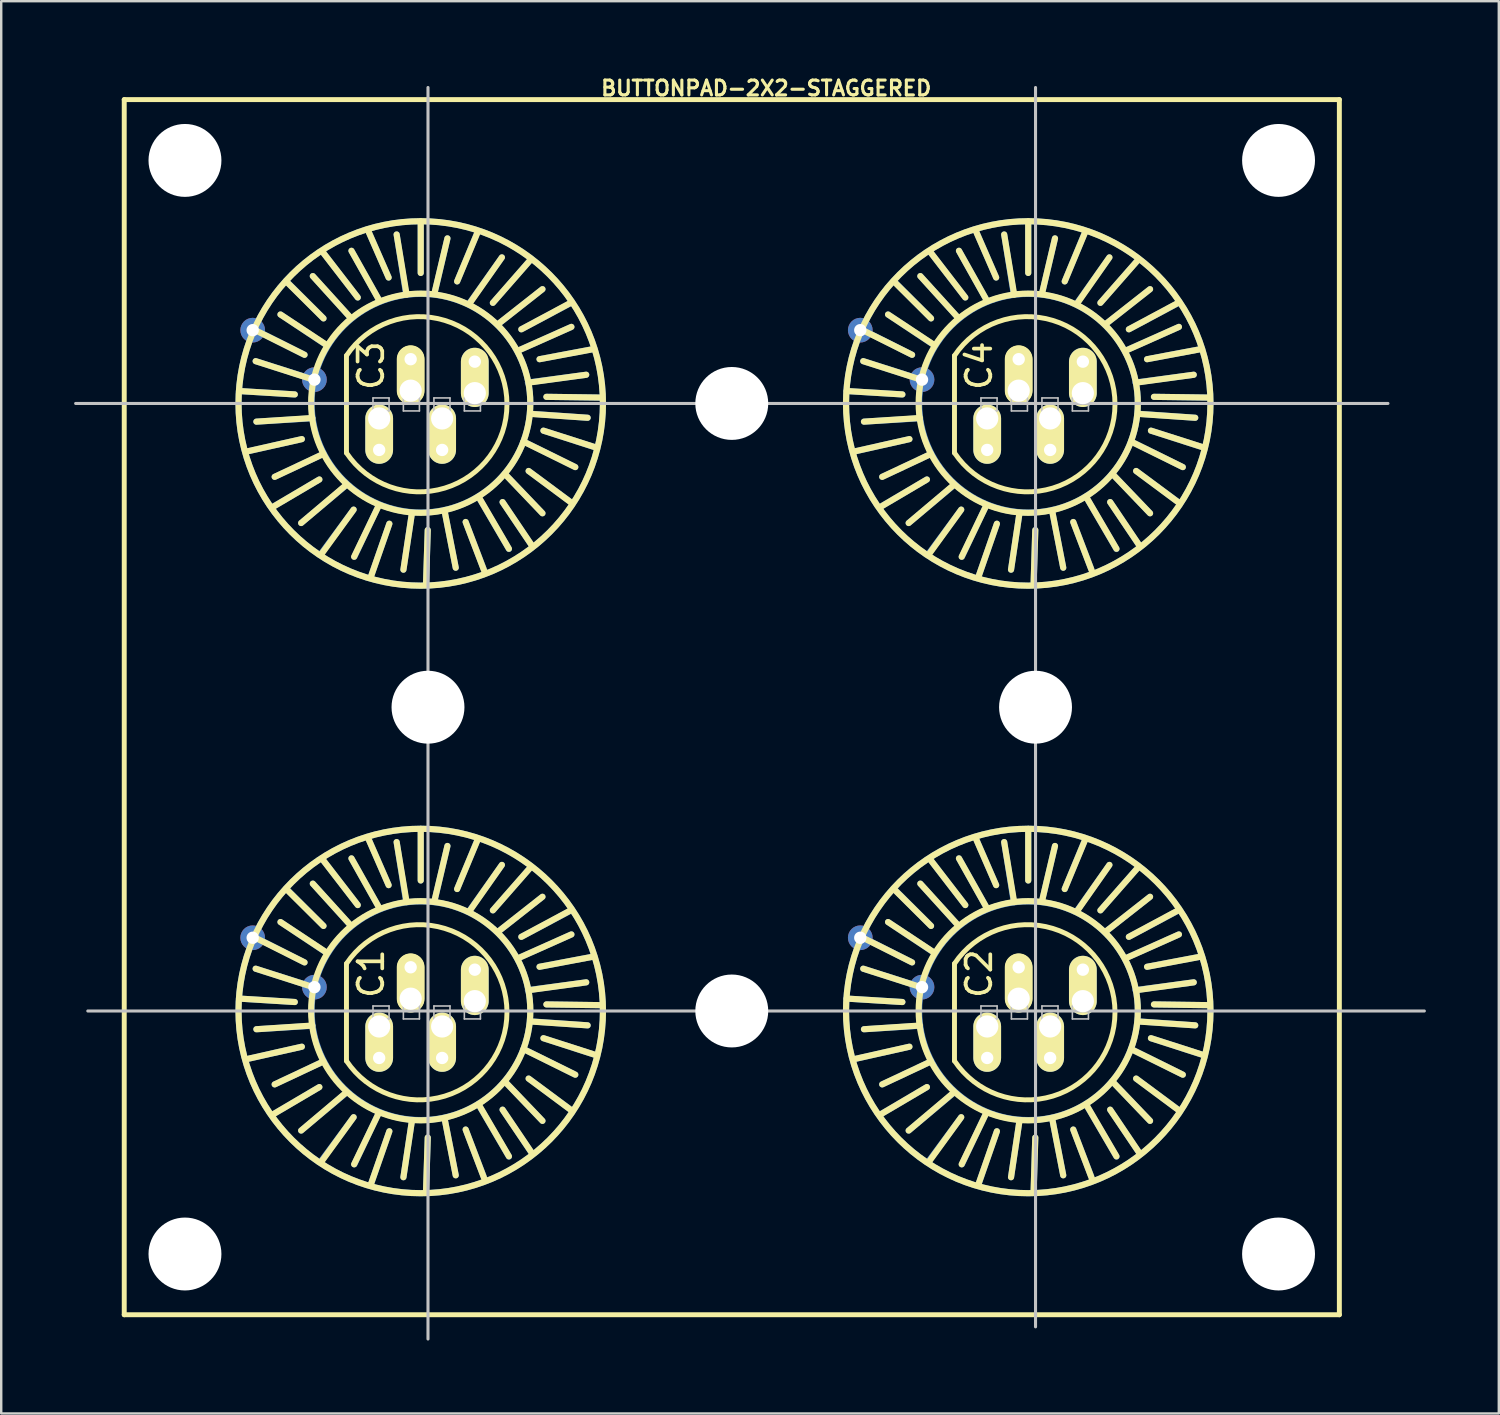
<source format=kicad_pcb>
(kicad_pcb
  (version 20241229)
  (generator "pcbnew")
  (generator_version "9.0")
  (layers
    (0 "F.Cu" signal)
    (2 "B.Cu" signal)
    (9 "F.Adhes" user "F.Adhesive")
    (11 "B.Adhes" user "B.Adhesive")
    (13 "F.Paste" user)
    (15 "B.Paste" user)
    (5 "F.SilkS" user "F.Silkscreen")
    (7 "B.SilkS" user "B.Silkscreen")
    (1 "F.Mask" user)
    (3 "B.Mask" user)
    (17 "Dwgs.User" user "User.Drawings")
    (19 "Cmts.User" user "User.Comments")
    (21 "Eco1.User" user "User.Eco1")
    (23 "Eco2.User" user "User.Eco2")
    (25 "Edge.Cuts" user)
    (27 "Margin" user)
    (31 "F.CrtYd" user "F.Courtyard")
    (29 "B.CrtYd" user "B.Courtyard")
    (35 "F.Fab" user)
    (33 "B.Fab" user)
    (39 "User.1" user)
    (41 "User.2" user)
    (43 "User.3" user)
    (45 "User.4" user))
  (footprint "BUTTONPAD-2X2-STAGGERED"
    (layer "F.Cu")
    (at 2.062 51.049)
    (property "Reference" "BUTTONPAD-2X2-STAGGERED" (at 26.416 -50.47 0) (layer "F.SilkS") (effects (font (size 0.61 0.61) (thickness 0.127))))
    (attr exclude_from_pos_files exclude_from_bom)
    (fp_line (start 4.719 -38.009) (end 7.018 -37.869) (stroke (width 0.254) (type solid)) (layer "B.Cu"))
    (fp_line (start 4.719 -13.01) (end 7.018 -12.868) (stroke (width 0.254) (type solid)) (layer "B.Cu"))
    (fp_line (start 5.039 -35.519) (end 7.308 -36.03) (stroke (width 0.254) (type solid)) (layer "B.Cu"))
    (fp_line (start 5.039 -10.518) (end 7.308 -11.029) (stroke (width 0.254) (type solid)) (layer "B.Cu"))
    (fp_line (start 5.359 -40.538) (end 7.419 -39.5) (stroke (width 0.254) (type solid)) (layer "B.Cu"))
    (fp_line (start 5.359 -15.54) (end 7.419 -14.498) (stroke (width 0.254) (type solid)) (layer "B.Cu"))
    (fp_line (start 6.129 -33.249) (end 8.029 -34.369) (stroke (width 0.254) (type solid)) (layer "B.Cu"))
    (fp_line (start 6.129 -8.25) (end 8.029 -9.368) (stroke (width 0.254) (type solid)) (layer "B.Cu"))
    (fp_line (start 6.698 -42.499) (end 8.199 -40.998) (stroke (width 0.254) (type solid)) (layer "B.Cu"))
    (fp_line (start 6.698 -17.498) (end 8.199 -15.999) (stroke (width 0.254) (type solid)) (layer "B.Cu"))
    (fp_line (start 7.739 -38.499) (end 5.408 -39.238) (stroke (width 0.254) (type solid)) (layer "B.Cu"))
    (fp_line (start 7.739 -36.888) (end 5.438 -36.749) (stroke (width 0.254) (type solid)) (layer "B.Cu"))
    (fp_line (start 7.739 -13.498) (end 5.408 -14.239) (stroke (width 0.254) (type solid)) (layer "B.Cu"))
    (fp_line (start 7.739 -11.89) (end 5.438 -11.748) (stroke (width 0.254) (type solid)) (layer "B.Cu"))
    (fp_line (start 8.108 -31.328) (end 9.439 -33.129) (stroke (width 0.254) (type solid)) (layer "B.Cu"))
    (fp_line (start 8.108 -6.33) (end 9.439 -8.128) (stroke (width 0.254) (type solid)) (layer "B.Cu"))
    (fp_line (start 8.189 -43.698) (end 9.609 -41.859) (stroke (width 0.254) (type solid)) (layer "B.Cu"))
    (fp_line (start 8.189 -35.418) (end 6.19 -34.478) (stroke (width 0.254) (type solid)) (layer "B.Cu"))
    (fp_line (start 8.189 -18.699) (end 9.609 -16.858) (stroke (width 0.254) (type solid)) (layer "B.Cu"))
    (fp_line (start 8.189 -10.419) (end 6.19 -9.479) (stroke (width 0.254) (type solid)) (layer "B.Cu"))
    (fp_line (start 8.349 -39.878) (end 6.429 -41.158) (stroke (width 0.254) (type solid)) (layer "B.Cu"))
    (fp_line (start 8.349 -14.879) (end 6.429 -16.159) (stroke (width 0.254) (type solid)) (layer "B.Cu"))
    (fp_line (start 9.129 -34.13) (end 7.28 -32.578) (stroke (width 0.254) (type solid)) (layer "B.Cu"))
    (fp_line (start 9.129 -9.129) (end 7.28 -7.579) (stroke (width 0.254) (type solid)) (layer "B.Cu"))
    (fp_line (start 9.289 -41.049) (end 7.76 -42.738) (stroke (width 0.254) (type solid)) (layer "B.Cu"))
    (fp_line (start 9.289 -16.048) (end 7.76 -17.739) (stroke (width 0.254) (type solid)) (layer "B.Cu"))
    (fp_line (start 10.038 -44.607) (end 10.879 -42.68) (stroke (width 0.254) (type solid)) (layer "B.Cu"))
    (fp_line (start 10.038 -19.609) (end 10.879 -17.678) (stroke (width 0.254) (type solid)) (layer "B.Cu"))
    (fp_line (start 10.168 -30.419) (end 10.909 -32.548) (stroke (width 0.254) (type solid)) (layer "B.Cu"))
    (fp_line (start 10.168 -5.418) (end 10.909 -7.549) (stroke (width 0.254) (type solid)) (layer "B.Cu"))
    (fp_line (start 10.46 -41.798) (end 9.35 -43.779) (stroke (width 0.254) (type solid)) (layer "B.Cu"))
    (fp_line (start 10.46 -33.279) (end 9.469 -31.189) (stroke (width 0.254) (type solid)) (layer "B.Cu"))
    (fp_line (start 10.46 -16.8) (end 9.35 -18.778) (stroke (width 0.254) (type solid)) (layer "B.Cu"))
    (fp_line (start 10.46 -8.278) (end 9.469 -6.19) (stroke (width 0.254) (type solid)) (layer "B.Cu"))
    (fp_line (start 10.49 -35.585) (end 10.49 -36.881) (stroke (width 1.143) (type solid)) (layer "B.Cu"))
    (fp_line (start 10.49 -10.566) (end 10.49 -11.862) (stroke (width 1.143) (type solid)) (layer "B.Cu"))
    (fp_line (start 11.587 -42.067) (end 11.209 -44.45) (stroke (width 0.254) (type solid)) (layer "B.Cu"))
    (fp_line (start 11.587 -17.069) (end 11.209 -19.449) (stroke (width 0.254) (type solid)) (layer "B.Cu"))
    (fp_line (start 11.829 -32.929) (end 11.488 -30.658) (stroke (width 0.254) (type solid)) (layer "B.Cu"))
    (fp_line (start 11.829 -7.93) (end 11.488 -5.659) (stroke (width 0.254) (type solid)) (layer "B.Cu"))
    (fp_line (start 12.2 -44.958) (end 12.2 -42.868) (stroke (width 0.254) (type solid)) (layer "B.Cu"))
    (fp_line (start 12.2 -19.959) (end 12.2 -17.869) (stroke (width 0.254) (type solid)) (layer "B.Cu"))
    (fp_line (start 12.418 -30.058) (end 12.489 -32.288) (stroke (width 0.254) (type solid)) (layer "B.Cu"))
    (fp_line (start 12.418 -5.06) (end 12.489 -7.29) (stroke (width 0.254) (type solid)) (layer "B.Cu"))
    (fp_line (start 12.789 -42.118) (end 13.299 -44.29) (stroke (width 0.254) (type solid)) (layer "B.Cu"))
    (fp_line (start 12.789 -17.12) (end 13.299 -19.289) (stroke (width 0.254) (type solid)) (layer "B.Cu"))
    (fp_line (start 13.081 -35.585) (end 13.081 -36.881) (stroke (width 1.143) (type solid)) (layer "B.Cu"))
    (fp_line (start 13.081 -10.566) (end 13.081 -11.862) (stroke (width 1.143) (type solid)) (layer "B.Cu"))
    (fp_line (start 13.188 -33.038) (end 13.64 -30.739) (stroke (width 0.254) (type solid)) (layer "B.Cu"))
    (fp_line (start 13.188 -8.039) (end 13.64 -5.738) (stroke (width 0.254) (type solid)) (layer "B.Cu"))
    (fp_line (start 14.178 -41.59) (end 15.54 -43.508) (stroke (width 0.254) (type solid)) (layer "B.Cu"))
    (fp_line (start 14.178 -16.589) (end 15.54 -18.509) (stroke (width 0.254) (type solid)) (layer "B.Cu"))
    (fp_line (start 14.425 -37.922) (end 14.425 -39.218) (stroke (width 1.143) (type solid)) (layer "B.Cu"))
    (fp_line (start 14.425 -12.903) (end 14.425 -14.199) (stroke (width 1.143) (type solid)) (layer "B.Cu"))
    (fp_line (start 14.529 -44.529) (end 13.698 -42.52) (stroke (width 0.254) (type solid)) (layer "B.Cu"))
    (fp_line (start 14.529 -19.528) (end 13.698 -17.518) (stroke (width 0.254) (type solid)) (layer "B.Cu"))
    (fp_line (start 14.608 -33.599) (end 15.829 -31.509) (stroke (width 0.254) (type solid)) (layer "B.Cu"))
    (fp_line (start 14.608 -8.598) (end 15.829 -6.507) (stroke (width 0.254) (type solid)) (layer "B.Cu"))
    (fp_line (start 14.788 -30.688) (end 14.049 -32.619) (stroke (width 0.254) (type solid)) (layer "B.Cu"))
    (fp_line (start 14.788 -5.69) (end 14.049 -7.62) (stroke (width 0.254) (type solid)) (layer "B.Cu"))
    (fp_line (start 15.38 -40.759) (end 17.209 -42.2) (stroke (width 0.254) (type solid)) (layer "B.Cu"))
    (fp_line (start 15.38 -15.758) (end 17.209 -17.198) (stroke (width 0.254) (type solid)) (layer "B.Cu"))
    (fp_line (start 15.7 -34.559) (end 17.209 -32.979) (stroke (width 0.254) (type solid)) (layer "B.Cu"))
    (fp_line (start 15.7 -9.558) (end 17.209 -7.978) (stroke (width 0.254) (type solid)) (layer "B.Cu"))
    (fp_line (start 16.18 -39.66) (end 18.4 -40.648) (stroke (width 0.254) (type solid)) (layer "B.Cu"))
    (fp_line (start 16.18 -14.658) (end 18.4 -15.649) (stroke (width 0.254) (type solid)) (layer "B.Cu"))
    (fp_line (start 16.5 -35.898) (end 18.56 -34.879) (stroke (width 0.254) (type solid)) (layer "B.Cu"))
    (fp_line (start 16.5 -10.899) (end 18.56 -9.878) (stroke (width 0.254) (type solid)) (layer "B.Cu"))
    (fp_line (start 16.609 -38.359) (end 19.009 -38.679) (stroke (width 0.254) (type solid)) (layer "B.Cu"))
    (fp_line (start 16.609 -13.358) (end 19.009 -13.678) (stroke (width 0.254) (type solid)) (layer "B.Cu"))
    (fp_line (start 16.718 -43.409) (end 15.169 -41.638) (stroke (width 0.254) (type solid)) (layer "B.Cu"))
    (fp_line (start 16.718 -18.41) (end 15.169 -16.64) (stroke (width 0.254) (type solid)) (layer "B.Cu"))
    (fp_line (start 16.739 -31.699) (end 15.568 -33.439) (stroke (width 0.254) (type solid)) (layer "B.Cu"))
    (fp_line (start 16.739 -6.698) (end 15.568 -8.438) (stroke (width 0.254) (type solid)) (layer "B.Cu"))
    (fp_line (start 16.8 -37.069) (end 19.068 -36.909) (stroke (width 0.254) (type solid)) (layer "B.Cu"))
    (fp_line (start 16.8 -12.068) (end 19.068 -11.908) (stroke (width 0.254) (type solid)) (layer "B.Cu"))
    (fp_line (start 18.349 -41.618) (end 16.34 -40.549) (stroke (width 0.254) (type solid)) (layer "B.Cu"))
    (fp_line (start 18.349 -16.619) (end 16.34 -15.55) (stroke (width 0.254) (type solid)) (layer "B.Cu"))
    (fp_line (start 18.369 -33.439) (end 16.64 -34.719) (stroke (width 0.254) (type solid)) (layer "B.Cu"))
    (fp_line (start 18.369 -8.438) (end 16.64 -9.718) (stroke (width 0.254) (type solid)) (layer "B.Cu"))
    (fp_line (start 19.309 -39.738) (end 17.089 -39.319) (stroke (width 0.254) (type solid)) (layer "B.Cu"))
    (fp_line (start 19.309 -14.74) (end 17.089 -14.318) (stroke (width 0.254) (type solid)) (layer "B.Cu"))
    (fp_line (start 19.418 -35.679) (end 17.249 -36.378) (stroke (width 0.254) (type solid)) (layer "B.Cu"))
    (fp_line (start 19.418 -10.678) (end 17.249 -11.379) (stroke (width 0.254) (type solid)) (layer "B.Cu"))
    (fp_line (start 19.578 -37.739) (end 17.379 -37.77) (stroke (width 0.254) (type solid)) (layer "B.Cu"))
    (fp_line (start 19.578 -12.738) (end 17.379 -12.769) (stroke (width 0.254) (type solid)) (layer "B.Cu"))
    (fp_line (start 29.718 -38.009) (end 32.019 -37.869) (stroke (width 0.254) (type solid)) (layer "B.Cu"))
    (fp_line (start 29.718 -13.01) (end 32.019 -12.868) (stroke (width 0.254) (type solid)) (layer "B.Cu"))
    (fp_line (start 30.038 -35.519) (end 32.309 -36.03) (stroke (width 0.254) (type solid)) (layer "B.Cu"))
    (fp_line (start 30.038 -10.518) (end 32.309 -11.029) (stroke (width 0.254) (type solid)) (layer "B.Cu"))
    (fp_line (start 30.358 -40.538) (end 32.418 -39.5) (stroke (width 0.254) (type solid)) (layer "B.Cu"))
    (fp_line (start 30.358 -15.54) (end 32.418 -14.498) (stroke (width 0.254) (type solid)) (layer "B.Cu"))
    (fp_line (start 31.128 -33.249) (end 33.028 -34.369) (stroke (width 0.254) (type solid)) (layer "B.Cu"))
    (fp_line (start 31.128 -8.25) (end 33.028 -9.368) (stroke (width 0.254) (type solid)) (layer "B.Cu"))
    (fp_line (start 31.699 -42.499) (end 33.198 -40.998) (stroke (width 0.254) (type solid)) (layer "B.Cu"))
    (fp_line (start 31.699 -17.498) (end 33.198 -15.999) (stroke (width 0.254) (type solid)) (layer "B.Cu"))
    (fp_line (start 32.738 -38.499) (end 30.409 -39.238) (stroke (width 0.254) (type solid)) (layer "B.Cu"))
    (fp_line (start 32.738 -36.888) (end 30.439 -36.749) (stroke (width 0.254) (type solid)) (layer "B.Cu"))
    (fp_line (start 32.738 -13.498) (end 30.409 -14.239) (stroke (width 0.254) (type solid)) (layer "B.Cu"))
    (fp_line (start 32.738 -11.89) (end 30.439 -11.748) (stroke (width 0.254) (type solid)) (layer "B.Cu"))
    (fp_line (start 33.109 -31.328) (end 34.44 -33.129) (stroke (width 0.254) (type solid)) (layer "B.Cu"))
    (fp_line (start 33.109 -6.33) (end 34.44 -8.128) (stroke (width 0.254) (type solid)) (layer "B.Cu"))
    (fp_line (start 33.188 -43.698) (end 34.608 -41.859) (stroke (width 0.254) (type solid)) (layer "B.Cu"))
    (fp_line (start 33.188 -35.418) (end 31.189 -34.478) (stroke (width 0.254) (type solid)) (layer "B.Cu"))
    (fp_line (start 33.188 -18.699) (end 34.608 -16.858) (stroke (width 0.254) (type solid)) (layer "B.Cu"))
    (fp_line (start 33.188 -10.419) (end 31.189 -9.479) (stroke (width 0.254) (type solid)) (layer "B.Cu"))
    (fp_line (start 33.348 -39.878) (end 31.43 -41.158) (stroke (width 0.254) (type solid)) (layer "B.Cu"))
    (fp_line (start 33.348 -14.879) (end 31.43 -16.159) (stroke (width 0.254) (type solid)) (layer "B.Cu"))
    (fp_line (start 34.13 -34.13) (end 32.278 -32.578) (stroke (width 0.254) (type solid)) (layer "B.Cu"))
    (fp_line (start 34.13 -9.129) (end 32.278 -7.579) (stroke (width 0.254) (type solid)) (layer "B.Cu"))
    (fp_line (start 34.29 -41.049) (end 32.758 -42.738) (stroke (width 0.254) (type solid)) (layer "B.Cu"))
    (fp_line (start 34.29 -16.048) (end 32.758 -17.739) (stroke (width 0.254) (type solid)) (layer "B.Cu"))
    (fp_line (start 35.039 -44.607) (end 35.877 -42.68) (stroke (width 0.254) (type solid)) (layer "B.Cu"))
    (fp_line (start 35.039 -19.609) (end 35.877 -17.678) (stroke (width 0.254) (type solid)) (layer "B.Cu"))
    (fp_line (start 35.169 -30.419) (end 35.908 -32.548) (stroke (width 0.254) (type solid)) (layer "B.Cu"))
    (fp_line (start 35.169 -5.418) (end 35.908 -7.549) (stroke (width 0.254) (type solid)) (layer "B.Cu"))
    (fp_line (start 35.458 -41.798) (end 34.348 -43.779) (stroke (width 0.254) (type solid)) (layer "B.Cu"))
    (fp_line (start 35.458 -33.279) (end 34.468 -31.189) (stroke (width 0.254) (type solid)) (layer "B.Cu"))
    (fp_line (start 35.458 -16.8) (end 34.348 -18.778) (stroke (width 0.254) (type solid)) (layer "B.Cu"))
    (fp_line (start 35.458 -8.278) (end 34.468 -6.19) (stroke (width 0.254) (type solid)) (layer "B.Cu"))
    (fp_line (start 35.509 -35.585) (end 35.509 -36.881) (stroke (width 1.143) (type solid)) (layer "B.Cu"))
    (fp_line (start 35.509 -10.566) (end 35.509 -11.862) (stroke (width 1.143) (type solid)) (layer "B.Cu"))
    (fp_line (start 36.589 -42.067) (end 36.208 -44.45) (stroke (width 0.254) (type solid)) (layer "B.Cu"))
    (fp_line (start 36.589 -17.069) (end 36.208 -19.449) (stroke (width 0.254) (type solid)) (layer "B.Cu"))
    (fp_line (start 36.83 -32.929) (end 36.49 -30.658) (stroke (width 0.254) (type solid)) (layer "B.Cu"))
    (fp_line (start 36.83 -7.93) (end 36.49 -5.659) (stroke (width 0.254) (type solid)) (layer "B.Cu"))
    (fp_line (start 37.198 -44.958) (end 37.198 -42.868) (stroke (width 0.254) (type solid)) (layer "B.Cu"))
    (fp_line (start 37.198 -19.959) (end 37.198 -17.869) (stroke (width 0.254) (type solid)) (layer "B.Cu"))
    (fp_line (start 37.419 -30.058) (end 37.488 -32.288) (stroke (width 0.254) (type solid)) (layer "B.Cu"))
    (fp_line (start 37.419 -5.06) (end 37.488 -7.29) (stroke (width 0.254) (type solid)) (layer "B.Cu"))
    (fp_line (start 37.788 -42.118) (end 38.298 -44.29) (stroke (width 0.254) (type solid)) (layer "B.Cu"))
    (fp_line (start 37.788 -17.12) (end 38.298 -19.289) (stroke (width 0.254) (type solid)) (layer "B.Cu"))
    (fp_line (start 38.1 -35.585) (end 38.1 -36.881) (stroke (width 1.143) (type solid)) (layer "B.Cu"))
    (fp_line (start 38.1 -10.566) (end 38.1 -11.862) (stroke (width 1.143) (type solid)) (layer "B.Cu"))
    (fp_line (start 38.189 -33.038) (end 38.638 -30.739) (stroke (width 0.254) (type solid)) (layer "B.Cu"))
    (fp_line (start 38.189 -8.039) (end 38.638 -5.738) (stroke (width 0.254) (type solid)) (layer "B.Cu"))
    (fp_line (start 39.179 -41.59) (end 40.538 -43.508) (stroke (width 0.254) (type solid)) (layer "B.Cu"))
    (fp_line (start 39.179 -16.589) (end 40.538 -18.509) (stroke (width 0.254) (type solid)) (layer "B.Cu"))
    (fp_line (start 39.446 -37.922) (end 39.446 -39.218) (stroke (width 1.143) (type solid)) (layer "B.Cu"))
    (fp_line (start 39.446 -12.903) (end 39.446 -14.199) (stroke (width 1.143) (type solid)) (layer "B.Cu"))
    (fp_line (start 39.527 -44.529) (end 38.699 -42.52) (stroke (width 0.254) (type solid)) (layer "B.Cu"))
    (fp_line (start 39.527 -19.528) (end 38.699 -17.518) (stroke (width 0.254) (type solid)) (layer "B.Cu"))
    (fp_line (start 39.609 -33.599) (end 40.828 -31.509) (stroke (width 0.254) (type solid)) (layer "B.Cu"))
    (fp_line (start 39.609 -8.598) (end 40.828 -6.507) (stroke (width 0.254) (type solid)) (layer "B.Cu"))
    (fp_line (start 39.789 -30.688) (end 39.05 -32.619) (stroke (width 0.254) (type solid)) (layer "B.Cu"))
    (fp_line (start 39.789 -5.69) (end 39.05 -7.62) (stroke (width 0.254) (type solid)) (layer "B.Cu"))
    (fp_line (start 40.378 -40.759) (end 42.21 -42.2) (stroke (width 0.254) (type solid)) (layer "B.Cu"))
    (fp_line (start 40.378 -15.758) (end 42.21 -17.198) (stroke (width 0.254) (type solid)) (layer "B.Cu"))
    (fp_line (start 40.698 -34.559) (end 42.21 -32.979) (stroke (width 0.254) (type solid)) (layer "B.Cu"))
    (fp_line (start 40.698 -9.558) (end 42.21 -7.978) (stroke (width 0.254) (type solid)) (layer "B.Cu"))
    (fp_line (start 41.178 -39.66) (end 43.398 -40.648) (stroke (width 0.254) (type solid)) (layer "B.Cu"))
    (fp_line (start 41.178 -14.658) (end 43.398 -15.649) (stroke (width 0.254) (type solid)) (layer "B.Cu"))
    (fp_line (start 41.499 -35.898) (end 43.558 -34.879) (stroke (width 0.254) (type solid)) (layer "B.Cu"))
    (fp_line (start 41.499 -10.899) (end 43.558 -9.878) (stroke (width 0.254) (type solid)) (layer "B.Cu"))
    (fp_line (start 41.608 -38.359) (end 44.008 -38.679) (stroke (width 0.254) (type solid)) (layer "B.Cu"))
    (fp_line (start 41.608 -13.358) (end 44.008 -13.678) (stroke (width 0.254) (type solid)) (layer "B.Cu"))
    (fp_line (start 41.719 -43.409) (end 40.168 -41.638) (stroke (width 0.254) (type solid)) (layer "B.Cu"))
    (fp_line (start 41.719 -18.41) (end 40.168 -16.64) (stroke (width 0.254) (type solid)) (layer "B.Cu"))
    (fp_line (start 41.74 -31.699) (end 40.569 -33.439) (stroke (width 0.254) (type solid)) (layer "B.Cu"))
    (fp_line (start 41.74 -6.698) (end 40.569 -8.438) (stroke (width 0.254) (type solid)) (layer "B.Cu"))
    (fp_line (start 41.798 -37.069) (end 44.069 -36.909) (stroke (width 0.254) (type solid)) (layer "B.Cu"))
    (fp_line (start 41.798 -12.068) (end 44.069 -11.908) (stroke (width 0.254) (type solid)) (layer "B.Cu"))
    (fp_line (start 43.348 -41.618) (end 41.339 -40.549) (stroke (width 0.254) (type solid)) (layer "B.Cu"))
    (fp_line (start 43.348 -16.619) (end 41.339 -15.55) (stroke (width 0.254) (type solid)) (layer "B.Cu"))
    (fp_line (start 43.368 -33.439) (end 41.638 -34.719) (stroke (width 0.254) (type solid)) (layer "B.Cu"))
    (fp_line (start 43.368 -8.438) (end 41.638 -9.718) (stroke (width 0.254) (type solid)) (layer "B.Cu"))
    (fp_line (start 44.308 -39.738) (end 42.088 -39.319) (stroke (width 0.254) (type solid)) (layer "B.Cu"))
    (fp_line (start 44.308 -14.74) (end 42.088 -14.318) (stroke (width 0.254) (type solid)) (layer "B.Cu"))
    (fp_line (start 44.42 -35.679) (end 42.248 -36.378) (stroke (width 0.254) (type solid)) (layer "B.Cu"))
    (fp_line (start 44.42 -10.678) (end 42.248 -11.379) (stroke (width 0.254) (type solid)) (layer "B.Cu"))
    (fp_line (start 44.58 -37.739) (end 42.38 -37.77) (stroke (width 0.254) (type solid)) (layer "B.Cu"))
    (fp_line (start 44.58 -12.738) (end 42.38 -12.769) (stroke (width 0.254) (type solid)) (layer "B.Cu"))
    (fp_circle (center 12.2 -37.498) (end 12.2 -44.996) (stroke (width 0.254) (type solid)) (fill no) (layer "B.Cu"))
    (fp_circle (center 12.2 -12.499) (end 12.2 -19.997) (stroke (width 0.254) (type solid)) (fill no) (layer "B.Cu"))
    (fp_circle (center 12.21 -37.508) (end 12.21 -42.007) (stroke (width 0.254) (type solid)) (fill no) (layer "B.Cu"))
    (fp_circle (center 12.21 -12.509) (end 12.21 -17.008) (stroke (width 0.254) (type solid)) (fill no) (layer "B.Cu"))
    (fp_circle (center 37.198 -37.498) (end 37.198 -44.996) (stroke (width 0.254) (type solid)) (fill no) (layer "B.Cu"))
    (fp_circle (center 37.198 -12.499) (end 37.198 -19.997) (stroke (width 0.254) (type solid)) (fill no) (layer "B.Cu"))
    (fp_circle (center 37.208 -37.508) (end 37.208 -42.007) (stroke (width 0.254) (type solid)) (fill no) (layer "B.Cu"))
    (fp_circle (center 37.208 -12.509) (end 37.208 -17.008) (stroke (width 0.254) (type solid)) (fill no) (layer "B.Cu"))
    (fp_line (start 0 -50) (end 50 -50) (stroke (width 0.203) (type solid)) (layer "F.SilkS"))
    (fp_line (start 0 0) (end 0 -50) (stroke (width 0.203) (type solid)) (layer "F.SilkS"))
    (fp_line (start 4.729 -38.009) (end 7.018 -37.869) (stroke (width 0.254) (type solid)) (layer "F.SilkS"))
    (fp_line (start 4.729 -13.01) (end 7.018 -12.868) (stroke (width 0.254) (type solid)) (layer "F.SilkS"))
    (fp_line (start 5.359 -40.528) (end 7.419 -39.5) (stroke (width 0.254) (type solid)) (layer "F.SilkS"))
    (fp_line (start 5.359 -15.53) (end 7.419 -14.498) (stroke (width 0.254) (type solid)) (layer "F.SilkS"))
    (fp_line (start 5.408 -39.238) (end 7.777 -38.478) (stroke (width 0.254) (type solid)) (layer "F.SilkS"))
    (fp_line (start 5.408 -14.239) (end 7.777 -13.48) (stroke (width 0.254) (type solid)) (layer "F.SilkS"))
    (fp_line (start 5.438 -36.749) (end 7.739 -36.899) (stroke (width 0.254) (type solid)) (layer "F.SilkS"))
    (fp_line (start 5.438 -11.748) (end 7.739 -11.9) (stroke (width 0.254) (type solid)) (layer "F.SilkS"))
    (fp_line (start 6.078 -33.218) (end 8.029 -34.369) (stroke (width 0.254) (type solid)) (layer "F.SilkS"))
    (fp_line (start 6.078 -8.219) (end 8.029 -9.368) (stroke (width 0.254) (type solid)) (layer "F.SilkS"))
    (fp_line (start 6.19 -34.478) (end 8.189 -35.418) (stroke (width 0.254) (type solid)) (layer "F.SilkS"))
    (fp_line (start 6.19 -9.479) (end 8.189 -10.419) (stroke (width 0.254) (type solid)) (layer "F.SilkS"))
    (fp_line (start 6.429 -41.158) (end 8.288 -39.929) (stroke (width 0.254) (type solid)) (layer "F.SilkS"))
    (fp_line (start 6.429 -16.159) (end 8.288 -14.928) (stroke (width 0.254) (type solid)) (layer "F.SilkS"))
    (fp_line (start 6.678 -42.509) (end 8.199 -40.998) (stroke (width 0.254) (type solid)) (layer "F.SilkS"))
    (fp_line (start 6.678 -17.508) (end 8.199 -15.999) (stroke (width 0.254) (type solid)) (layer "F.SilkS"))
    (fp_line (start 7.308 -36.03) (end 5.029 -35.519) (stroke (width 0.254) (type solid)) (layer "F.SilkS"))
    (fp_line (start 7.308 -11.029) (end 5.029 -10.518) (stroke (width 0.254) (type solid)) (layer "F.SilkS"))
    (fp_line (start 7.76 -42.738) (end 9.319 -41.018) (stroke (width 0.254) (type solid)) (layer "F.SilkS"))
    (fp_line (start 7.76 -17.739) (end 9.319 -16.02) (stroke (width 0.254) (type solid)) (layer "F.SilkS"))
    (fp_line (start 8.158 -43.739) (end 9.609 -41.859) (stroke (width 0.254) (type solid)) (layer "F.SilkS"))
    (fp_line (start 8.158 -18.738) (end 9.609 -16.858) (stroke (width 0.254) (type solid)) (layer "F.SilkS"))
    (fp_line (start 9.144 -39.464) (end 9.144 -35.463) (stroke (width 0.203) (type solid)) (layer "F.SilkS"))
    (fp_line (start 9.144 -14.445) (end 9.144 -10.444) (stroke (width 0.203) (type solid)) (layer "F.SilkS"))
    (fp_line (start 9.149 -34.158) (end 7.28 -32.578) (stroke (width 0.254) (type solid)) (layer "F.SilkS"))
    (fp_line (start 9.149 -9.159) (end 7.28 -7.579) (stroke (width 0.254) (type solid)) (layer "F.SilkS"))
    (fp_line (start 9.35 -43.779) (end 10.46 -41.798) (stroke (width 0.254) (type solid)) (layer "F.SilkS"))
    (fp_line (start 9.35 -18.778) (end 10.46 -16.8) (stroke (width 0.254) (type solid)) (layer "F.SilkS"))
    (fp_line (start 9.439 -33.129) (end 8.098 -31.278) (stroke (width 0.254) (type solid)) (layer "F.SilkS"))
    (fp_line (start 9.439 -8.128) (end 8.098 -6.279) (stroke (width 0.254) (type solid)) (layer "F.SilkS"))
    (fp_line (start 9.459 -31.189) (end 10.45 -33.249) (stroke (width 0.254) (type solid)) (layer "F.SilkS"))
    (fp_line (start 9.459 -6.19) (end 10.45 -8.25) (stroke (width 0.254) (type solid)) (layer "F.SilkS"))
    (fp_line (start 10.49 -35.585) (end 10.49 -36.881) (stroke (width 1.143) (type solid)) (layer "F.SilkS"))
    (fp_line (start 10.49 -10.566) (end 10.49 -11.862) (stroke (width 1.143) (type solid)) (layer "F.SilkS"))
    (fp_line (start 10.879 -42.68) (end 10.018 -44.648) (stroke (width 0.254) (type solid)) (layer "F.SilkS"))
    (fp_line (start 10.879 -17.678) (end 10.018 -19.649) (stroke (width 0.254) (type solid)) (layer "F.SilkS"))
    (fp_line (start 10.909 -32.548) (end 10.15 -30.368) (stroke (width 0.254) (type solid)) (layer "F.SilkS"))
    (fp_line (start 10.909 -7.549) (end 10.15 -5.37) (stroke (width 0.254) (type solid)) (layer "F.SilkS"))
    (fp_line (start 11.488 -30.658) (end 11.839 -32.99) (stroke (width 0.254) (type solid)) (layer "F.SilkS"))
    (fp_line (start 11.488 -5.659) (end 11.839 -7.988) (stroke (width 0.254) (type solid)) (layer "F.SilkS"))
    (fp_line (start 11.618 -41.979) (end 11.209 -44.45) (stroke (width 0.254) (type solid)) (layer "F.SilkS"))
    (fp_line (start 11.618 -16.98) (end 11.209 -19.449) (stroke (width 0.254) (type solid)) (layer "F.SilkS"))
    (fp_line (start 11.786 -38.024) (end 11.786 -39.319) (stroke (width 1.118) (type solid)) (layer "F.SilkS"))
    (fp_line (start 11.786 -38.024) (end 11.786 -39.319) (stroke (width 1.143) (type solid)) (layer "F.SilkS"))
    (fp_line (start 11.786 -13.005) (end 11.786 -14.298) (stroke (width 1.118) (type solid)) (layer "F.SilkS"))
    (fp_line (start 11.786 -13.005) (end 11.786 -14.298) (stroke (width 1.143) (type solid)) (layer "F.SilkS"))
    (fp_line (start 12.2 -42.868) (end 12.2 -44.988) (stroke (width 0.254) (type solid)) (layer "F.SilkS"))
    (fp_line (start 12.2 -17.869) (end 12.2 -19.99) (stroke (width 0.254) (type solid)) (layer "F.SilkS"))
    (fp_line (start 12.489 -32.288) (end 12.418 -30.058) (stroke (width 0.254) (type solid)) (layer "F.SilkS"))
    (fp_line (start 12.489 -7.29) (end 12.418 -5.06) (stroke (width 0.254) (type solid)) (layer "F.SilkS"))
    (fp_line (start 12.758 -42.009) (end 13.299 -44.29) (stroke (width 0.254) (type solid)) (layer "F.SilkS"))
    (fp_line (start 12.758 -17.008) (end 13.299 -19.289) (stroke (width 0.254) (type solid)) (layer "F.SilkS"))
    (fp_line (start 13.081 -35.585) (end 13.081 -36.881) (stroke (width 1.143) (type solid)) (layer "F.SilkS"))
    (fp_line (start 13.081 -10.566) (end 13.081 -11.862) (stroke (width 1.143) (type solid)) (layer "F.SilkS"))
    (fp_line (start 13.64 -30.739) (end 13.178 -33.089) (stroke (width 0.254) (type solid)) (layer "F.SilkS"))
    (fp_line (start 13.64 -5.738) (end 13.178 -8.09) (stroke (width 0.254) (type solid)) (layer "F.SilkS"))
    (fp_line (start 13.698 -42.52) (end 14.539 -44.539) (stroke (width 0.254) (type solid)) (layer "F.SilkS"))
    (fp_line (start 13.698 -17.518) (end 14.539 -19.538) (stroke (width 0.254) (type solid)) (layer "F.SilkS"))
    (fp_line (start 14.049 -32.619) (end 14.829 -30.569) (stroke (width 0.254) (type solid)) (layer "F.SilkS"))
    (fp_line (start 14.049 -7.62) (end 14.829 -5.568) (stroke (width 0.254) (type solid)) (layer "F.SilkS"))
    (fp_line (start 14.199 -41.598) (end 15.54 -43.508) (stroke (width 0.254) (type solid)) (layer "F.SilkS"))
    (fp_line (start 14.199 -16.599) (end 15.54 -18.509) (stroke (width 0.254) (type solid)) (layer "F.SilkS"))
    (fp_line (start 14.425 -37.922) (end 14.425 -39.218) (stroke (width 1.143) (type solid)) (layer "F.SilkS"))
    (fp_line (start 14.425 -12.903) (end 14.425 -14.199) (stroke (width 1.143) (type solid)) (layer "F.SilkS"))
    (fp_line (start 15.39 -40.77) (end 17.209 -42.2) (stroke (width 0.254) (type solid)) (layer "F.SilkS"))
    (fp_line (start 15.39 -15.768) (end 17.209 -17.198) (stroke (width 0.254) (type solid)) (layer "F.SilkS"))
    (fp_line (start 15.568 -33.439) (end 16.769 -31.659) (stroke (width 0.254) (type solid)) (layer "F.SilkS"))
    (fp_line (start 15.568 -8.438) (end 16.769 -6.66) (stroke (width 0.254) (type solid)) (layer "F.SilkS"))
    (fp_line (start 15.659 -34.6) (end 17.209 -32.979) (stroke (width 0.254) (type solid)) (layer "F.SilkS"))
    (fp_line (start 15.659 -9.599) (end 17.209 -7.978) (stroke (width 0.254) (type solid)) (layer "F.SilkS"))
    (fp_line (start 15.829 -31.519) (end 14.58 -33.658) (stroke (width 0.254) (type solid)) (layer "F.SilkS"))
    (fp_line (start 15.829 -6.518) (end 14.58 -8.659) (stroke (width 0.254) (type solid)) (layer "F.SilkS"))
    (fp_line (start 16.228 -39.68) (end 18.4 -40.648) (stroke (width 0.254) (type solid)) (layer "F.SilkS"))
    (fp_line (start 16.228 -14.679) (end 18.4 -15.649) (stroke (width 0.254) (type solid)) (layer "F.SilkS"))
    (fp_line (start 16.34 -40.549) (end 18.369 -41.638) (stroke (width 0.254) (type solid)) (layer "F.SilkS"))
    (fp_line (start 16.34 -15.55) (end 18.369 -16.64) (stroke (width 0.254) (type solid)) (layer "F.SilkS"))
    (fp_line (start 16.429 -35.928) (end 18.56 -34.879) (stroke (width 0.254) (type solid)) (layer "F.SilkS"))
    (fp_line (start 16.429 -10.93) (end 18.56 -9.878) (stroke (width 0.254) (type solid)) (layer "F.SilkS"))
    (fp_line (start 16.64 -34.719) (end 18.39 -33.419) (stroke (width 0.254) (type solid)) (layer "F.SilkS"))
    (fp_line (start 16.64 -9.718) (end 18.39 -8.418) (stroke (width 0.254) (type solid)) (layer "F.SilkS"))
    (fp_line (start 16.667 -38.359) (end 19.009 -38.679) (stroke (width 0.254) (type solid)) (layer "F.SilkS"))
    (fp_line (start 16.667 -13.358) (end 19.009 -13.678) (stroke (width 0.254) (type solid)) (layer "F.SilkS"))
    (fp_line (start 16.708 -37.069) (end 19.068 -36.909) (stroke (width 0.254) (type solid)) (layer "F.SilkS"))
    (fp_line (start 16.708 -12.068) (end 19.068 -11.908) (stroke (width 0.254) (type solid)) (layer "F.SilkS"))
    (fp_line (start 16.728 -43.419) (end 15.169 -41.638) (stroke (width 0.254) (type solid)) (layer "F.SilkS"))
    (fp_line (start 16.728 -18.418) (end 15.169 -16.64) (stroke (width 0.254) (type solid)) (layer "F.SilkS"))
    (fp_line (start 17.089 -39.319) (end 19.329 -39.738) (stroke (width 0.254) (type solid)) (layer "F.SilkS"))
    (fp_line (start 17.089 -14.318) (end 19.329 -14.74) (stroke (width 0.254) (type solid)) (layer "F.SilkS"))
    (fp_line (start 17.249 -36.378) (end 19.367 -35.7) (stroke (width 0.254) (type solid)) (layer "F.SilkS"))
    (fp_line (start 17.249 -11.379) (end 19.367 -10.698) (stroke (width 0.254) (type solid)) (layer "F.SilkS"))
    (fp_line (start 17.369 -37.77) (end 19.66 -37.739) (stroke (width 0.254) (type solid)) (layer "F.SilkS"))
    (fp_line (start 17.369 -12.769) (end 19.66 -12.738) (stroke (width 0.254) (type solid)) (layer "F.SilkS"))
    (fp_line (start 29.728 -38.009) (end 32.019 -37.869) (stroke (width 0.254) (type solid)) (layer "F.SilkS"))
    (fp_line (start 29.728 -13.01) (end 32.019 -12.868) (stroke (width 0.254) (type solid)) (layer "F.SilkS"))
    (fp_line (start 30.358 -40.528) (end 32.418 -39.5) (stroke (width 0.254) (type solid)) (layer "F.SilkS"))
    (fp_line (start 30.358 -15.53) (end 32.418 -14.498) (stroke (width 0.254) (type solid)) (layer "F.SilkS"))
    (fp_line (start 30.409 -39.238) (end 32.779 -38.478) (stroke (width 0.254) (type solid)) (layer "F.SilkS"))
    (fp_line (start 30.409 -14.239) (end 32.779 -13.48) (stroke (width 0.254) (type solid)) (layer "F.SilkS"))
    (fp_line (start 30.439 -36.749) (end 32.738 -36.899) (stroke (width 0.254) (type solid)) (layer "F.SilkS"))
    (fp_line (start 30.439 -11.748) (end 32.738 -11.9) (stroke (width 0.254) (type solid)) (layer "F.SilkS"))
    (fp_line (start 31.079 -33.218) (end 33.028 -34.369) (stroke (width 0.254) (type solid)) (layer "F.SilkS"))
    (fp_line (start 31.079 -8.219) (end 33.028 -9.368) (stroke (width 0.254) (type solid)) (layer "F.SilkS"))
    (fp_line (start 31.189 -34.478) (end 33.188 -35.418) (stroke (width 0.254) (type solid)) (layer "F.SilkS"))
    (fp_line (start 31.189 -9.479) (end 33.188 -10.419) (stroke (width 0.254) (type solid)) (layer "F.SilkS"))
    (fp_line (start 31.43 -41.158) (end 33.289 -39.929) (stroke (width 0.254) (type solid)) (layer "F.SilkS"))
    (fp_line (start 31.43 -16.159) (end 33.289 -14.928) (stroke (width 0.254) (type solid)) (layer "F.SilkS"))
    (fp_line (start 31.679 -42.509) (end 33.198 -40.998) (stroke (width 0.254) (type solid)) (layer "F.SilkS"))
    (fp_line (start 31.679 -17.508) (end 33.198 -15.999) (stroke (width 0.254) (type solid)) (layer "F.SilkS"))
    (fp_line (start 32.309 -36.03) (end 30.028 -35.519) (stroke (width 0.254) (type solid)) (layer "F.SilkS"))
    (fp_line (start 32.309 -11.029) (end 30.028 -10.518) (stroke (width 0.254) (type solid)) (layer "F.SilkS"))
    (fp_line (start 32.758 -42.738) (end 34.318 -41.018) (stroke (width 0.254) (type solid)) (layer "F.SilkS"))
    (fp_line (start 32.758 -17.739) (end 34.318 -16.02) (stroke (width 0.254) (type solid)) (layer "F.SilkS"))
    (fp_line (start 33.16 -43.739) (end 34.608 -41.859) (stroke (width 0.254) (type solid)) (layer "F.SilkS"))
    (fp_line (start 33.16 -18.738) (end 34.608 -16.858) (stroke (width 0.254) (type solid)) (layer "F.SilkS"))
    (fp_line (start 34.148 -34.158) (end 32.278 -32.578) (stroke (width 0.254) (type solid)) (layer "F.SilkS"))
    (fp_line (start 34.148 -9.159) (end 32.278 -7.579) (stroke (width 0.254) (type solid)) (layer "F.SilkS"))
    (fp_line (start 34.163 -39.464) (end 34.163 -35.463) (stroke (width 0.203) (type solid)) (layer "F.SilkS"))
    (fp_line (start 34.163 -14.445) (end 34.163 -10.444) (stroke (width 0.203) (type solid)) (layer "F.SilkS"))
    (fp_line (start 34.348 -43.779) (end 35.458 -41.798) (stroke (width 0.254) (type solid)) (layer "F.SilkS"))
    (fp_line (start 34.348 -18.778) (end 35.458 -16.8) (stroke (width 0.254) (type solid)) (layer "F.SilkS"))
    (fp_line (start 34.44 -33.129) (end 33.099 -31.278) (stroke (width 0.254) (type solid)) (layer "F.SilkS"))
    (fp_line (start 34.44 -8.128) (end 33.099 -6.279) (stroke (width 0.254) (type solid)) (layer "F.SilkS"))
    (fp_line (start 34.458 -31.189) (end 35.448 -33.249) (stroke (width 0.254) (type solid)) (layer "F.SilkS"))
    (fp_line (start 34.458 -6.19) (end 35.448 -8.25) (stroke (width 0.254) (type solid)) (layer "F.SilkS"))
    (fp_line (start 35.509 -35.585) (end 35.509 -36.881) (stroke (width 1.143) (type solid)) (layer "F.SilkS"))
    (fp_line (start 35.509 -10.566) (end 35.509 -11.862) (stroke (width 1.143) (type solid)) (layer "F.SilkS"))
    (fp_line (start 35.877 -42.68) (end 35.019 -44.648) (stroke (width 0.254) (type solid)) (layer "F.SilkS"))
    (fp_line (start 35.877 -17.678) (end 35.019 -19.649) (stroke (width 0.254) (type solid)) (layer "F.SilkS"))
    (fp_line (start 35.908 -32.548) (end 35.149 -30.368) (stroke (width 0.254) (type solid)) (layer "F.SilkS"))
    (fp_line (start 35.908 -7.549) (end 35.149 -5.37) (stroke (width 0.254) (type solid)) (layer "F.SilkS"))
    (fp_line (start 36.49 -30.658) (end 36.838 -32.99) (stroke (width 0.254) (type solid)) (layer "F.SilkS"))
    (fp_line (start 36.49 -5.659) (end 36.838 -7.988) (stroke (width 0.254) (type solid)) (layer "F.SilkS"))
    (fp_line (start 36.619 -41.979) (end 36.208 -44.45) (stroke (width 0.254) (type solid)) (layer "F.SilkS"))
    (fp_line (start 36.619 -16.98) (end 36.208 -19.449) (stroke (width 0.254) (type solid)) (layer "F.SilkS"))
    (fp_line (start 36.805 -38.024) (end 36.805 -39.319) (stroke (width 1.118) (type solid)) (layer "F.SilkS"))
    (fp_line (start 36.805 -38.024) (end 36.805 -39.319) (stroke (width 1.143) (type solid)) (layer "F.SilkS"))
    (fp_line (start 36.805 -13.005) (end 36.805 -14.298) (stroke (width 1.118) (type solid)) (layer "F.SilkS"))
    (fp_line (start 36.805 -13.005) (end 36.805 -14.298) (stroke (width 1.143) (type solid)) (layer "F.SilkS"))
    (fp_line (start 37.198 -42.868) (end 37.198 -44.988) (stroke (width 0.254) (type solid)) (layer "F.SilkS"))
    (fp_line (start 37.198 -17.869) (end 37.198 -19.99) (stroke (width 0.254) (type solid)) (layer "F.SilkS"))
    (fp_line (start 37.488 -32.288) (end 37.419 -30.058) (stroke (width 0.254) (type solid)) (layer "F.SilkS"))
    (fp_line (start 37.488 -7.29) (end 37.419 -5.06) (stroke (width 0.254) (type solid)) (layer "F.SilkS"))
    (fp_line (start 37.76 -42.009) (end 38.298 -44.29) (stroke (width 0.254) (type solid)) (layer "F.SilkS"))
    (fp_line (start 37.76 -17.008) (end 38.298 -19.289) (stroke (width 0.254) (type solid)) (layer "F.SilkS"))
    (fp_line (start 38.1 -35.585) (end 38.1 -36.881) (stroke (width 1.143) (type solid)) (layer "F.SilkS"))
    (fp_line (start 38.1 -10.566) (end 38.1 -11.862) (stroke (width 1.143) (type solid)) (layer "F.SilkS"))
    (fp_line (start 38.638 -30.739) (end 38.179 -33.089) (stroke (width 0.254) (type solid)) (layer "F.SilkS"))
    (fp_line (start 38.638 -5.738) (end 38.179 -8.09) (stroke (width 0.254) (type solid)) (layer "F.SilkS"))
    (fp_line (start 38.699 -42.52) (end 39.538 -44.539) (stroke (width 0.254) (type solid)) (layer "F.SilkS"))
    (fp_line (start 38.699 -17.518) (end 39.538 -19.538) (stroke (width 0.254) (type solid)) (layer "F.SilkS"))
    (fp_line (start 39.05 -32.619) (end 39.83 -30.569) (stroke (width 0.254) (type solid)) (layer "F.SilkS"))
    (fp_line (start 39.05 -7.62) (end 39.83 -5.568) (stroke (width 0.254) (type solid)) (layer "F.SilkS"))
    (fp_line (start 39.2 -41.598) (end 40.538 -43.508) (stroke (width 0.254) (type solid)) (layer "F.SilkS"))
    (fp_line (start 39.2 -16.599) (end 40.538 -18.509) (stroke (width 0.254) (type solid)) (layer "F.SilkS"))
    (fp_line (start 39.446 -37.922) (end 39.446 -39.218) (stroke (width 1.143) (type solid)) (layer "F.SilkS"))
    (fp_line (start 39.446 -12.903) (end 39.446 -14.199) (stroke (width 1.143) (type solid)) (layer "F.SilkS"))
    (fp_line (start 40.389 -40.77) (end 42.21 -42.2) (stroke (width 0.254) (type solid)) (layer "F.SilkS"))
    (fp_line (start 40.389 -15.768) (end 42.21 -17.198) (stroke (width 0.254) (type solid)) (layer "F.SilkS"))
    (fp_line (start 40.569 -33.439) (end 41.768 -31.659) (stroke (width 0.254) (type solid)) (layer "F.SilkS"))
    (fp_line (start 40.569 -8.438) (end 41.768 -6.66) (stroke (width 0.254) (type solid)) (layer "F.SilkS"))
    (fp_line (start 40.658 -34.6) (end 42.21 -32.979) (stroke (width 0.254) (type solid)) (layer "F.SilkS"))
    (fp_line (start 40.658 -9.599) (end 42.21 -7.978) (stroke (width 0.254) (type solid)) (layer "F.SilkS"))
    (fp_line (start 40.828 -31.519) (end 39.578 -33.658) (stroke (width 0.254) (type solid)) (layer "F.SilkS"))
    (fp_line (start 40.828 -6.518) (end 39.578 -8.659) (stroke (width 0.254) (type solid)) (layer "F.SilkS"))
    (fp_line (start 41.229 -39.68) (end 43.398 -40.648) (stroke (width 0.254) (type solid)) (layer "F.SilkS"))
    (fp_line (start 41.229 -14.679) (end 43.398 -15.649) (stroke (width 0.254) (type solid)) (layer "F.SilkS"))
    (fp_line (start 41.339 -40.549) (end 43.368 -41.638) (stroke (width 0.254) (type solid)) (layer "F.SilkS"))
    (fp_line (start 41.339 -15.55) (end 43.368 -16.64) (stroke (width 0.254) (type solid)) (layer "F.SilkS"))
    (fp_line (start 41.43 -35.928) (end 43.558 -34.879) (stroke (width 0.254) (type solid)) (layer "F.SilkS"))
    (fp_line (start 41.43 -10.93) (end 43.558 -9.878) (stroke (width 0.254) (type solid)) (layer "F.SilkS"))
    (fp_line (start 41.638 -34.719) (end 43.388 -33.419) (stroke (width 0.254) (type solid)) (layer "F.SilkS"))
    (fp_line (start 41.638 -9.718) (end 43.388 -8.418) (stroke (width 0.254) (type solid)) (layer "F.SilkS"))
    (fp_line (start 41.669 -38.359) (end 44.008 -38.679) (stroke (width 0.254) (type solid)) (layer "F.SilkS"))
    (fp_line (start 41.669 -13.358) (end 44.008 -13.678) (stroke (width 0.254) (type solid)) (layer "F.SilkS"))
    (fp_line (start 41.709 -37.069) (end 44.069 -36.909) (stroke (width 0.254) (type solid)) (layer "F.SilkS"))
    (fp_line (start 41.709 -12.068) (end 44.069 -11.908) (stroke (width 0.254) (type solid)) (layer "F.SilkS"))
    (fp_line (start 41.73 -43.419) (end 40.168 -41.638) (stroke (width 0.254) (type solid)) (layer "F.SilkS"))
    (fp_line (start 41.73 -18.418) (end 40.168 -16.64) (stroke (width 0.254) (type solid)) (layer "F.SilkS"))
    (fp_line (start 42.088 -39.319) (end 44.328 -39.738) (stroke (width 0.254) (type solid)) (layer "F.SilkS"))
    (fp_line (start 42.088 -14.318) (end 44.328 -14.74) (stroke (width 0.254) (type solid)) (layer "F.SilkS"))
    (fp_line (start 42.248 -36.378) (end 44.369 -35.7) (stroke (width 0.254) (type solid)) (layer "F.SilkS"))
    (fp_line (start 42.248 -11.379) (end 44.369 -10.698) (stroke (width 0.254) (type solid)) (layer "F.SilkS"))
    (fp_line (start 42.37 -37.77) (end 44.658 -37.739) (stroke (width 0.254) (type solid)) (layer "F.SilkS"))
    (fp_line (start 42.37 -12.769) (end 44.658 -12.738) (stroke (width 0.254) (type solid)) (layer "F.SilkS"))
    (fp_line (start 50 -50) (end 50 0) (stroke (width 0.203) (type solid)) (layer "F.SilkS"))
    (fp_line (start 50 0) (end 0 0) (stroke (width 0.203) (type solid)) (layer "F.SilkS"))
    (fp_arc (start 9.144 -39.46398) (mid 15.748509 -37.466329) (end 9.145475 -35.463808) (stroke (width 0.2032) (type solid)) (layer "F.SilkS"))
    (fp_arc (start 9.144 -14.44498) (mid 15.748509 -12.447329) (end 9.145475 -10.444808) (stroke (width 0.2032) (type solid)) (layer "F.SilkS"))
    (fp_arc (start 34.163 -39.46398) (mid 40.767509 -37.466329) (end 34.164475 -35.463808) (stroke (width 0.2032) (type solid)) (layer "F.SilkS"))
    (fp_arc (start 34.163 -14.44498) (mid 40.767509 -12.447329) (end 34.164475 -10.444808) (stroke (width 0.2032) (type solid)) (layer "F.SilkS"))
    (fp_circle (center 12.2 -37.508) (end 12.2 -42.017) (stroke (width 0.254) (type solid)) (fill no) (layer "F.SilkS"))
    (fp_circle (center 12.2 -37.498) (end 12.2 -44.996) (stroke (width 0.254) (type solid)) (fill no) (layer "F.SilkS"))
    (fp_circle (center 12.2 -12.509) (end 12.2 -17.018) (stroke (width 0.254) (type solid)) (fill no) (layer "F.SilkS"))
    (fp_circle (center 12.2 -12.499) (end 12.2 -19.997) (stroke (width 0.254) (type solid)) (fill no) (layer "F.SilkS"))
    (fp_circle (center 37.198 -37.508) (end 37.198 -42.017) (stroke (width 0.254) (type solid)) (fill no) (layer "F.SilkS"))
    (fp_circle (center 37.198 -37.498) (end 37.198 -44.996) (stroke (width 0.254) (type solid)) (fill no) (layer "F.SilkS"))
    (fp_circle (center 37.198 -12.509) (end 37.198 -17.018) (stroke (width 0.254) (type solid)) (fill no) (layer "F.SilkS"))
    (fp_circle (center 37.198 -12.499) (end 37.198 -19.997) (stroke (width 0.254) (type solid)) (fill no) (layer "F.SilkS"))
    (fp_line (start 10.49 -35.585) (end 10.49 -36.881) (stroke (width 1.143) (type solid)) (layer "B.Adhes"))
    (fp_line (start 10.49 -10.566) (end 10.49 -11.862) (stroke (width 1.143) (type solid)) (layer "B.Adhes"))
    (fp_line (start 11.786 -38.024) (end 11.786 -39.319) (stroke (width 1.118) (type solid)) (layer "B.Adhes"))
    (fp_line (start 11.786 -13.005) (end 11.786 -14.298) (stroke (width 1.118) (type solid)) (layer "B.Adhes"))
    (fp_line (start 13.081 -35.585) (end 13.081 -36.881) (stroke (width 1.143) (type solid)) (layer "B.Adhes"))
    (fp_line (start 13.081 -10.566) (end 13.081 -11.862) (stroke (width 1.143) (type solid)) (layer "B.Adhes"))
    (fp_line (start 14.425 -37.922) (end 14.425 -39.218) (stroke (width 1.143) (type solid)) (layer "B.Adhes"))
    (fp_line (start 14.425 -12.903) (end 14.425 -14.199) (stroke (width 1.143) (type solid)) (layer "B.Adhes"))
    (fp_line (start 35.509 -35.585) (end 35.509 -36.881) (stroke (width 1.143) (type solid)) (layer "B.Adhes"))
    (fp_line (start 35.509 -10.566) (end 35.509 -11.862) (stroke (width 1.143) (type solid)) (layer "B.Adhes"))
    (fp_line (start 36.805 -38.024) (end 36.805 -39.319) (stroke (width 1.118) (type solid)) (layer "B.Adhes"))
    (fp_line (start 36.805 -13.005) (end 36.805 -14.298) (stroke (width 1.118) (type solid)) (layer "B.Adhes"))
    (fp_line (start 38.1 -35.585) (end 38.1 -36.881) (stroke (width 1.143) (type solid)) (layer "B.Adhes"))
    (fp_line (start 38.1 -10.566) (end 38.1 -11.862) (stroke (width 1.143) (type solid)) (layer "B.Adhes"))
    (fp_line (start 39.446 -37.922) (end 39.446 -39.218) (stroke (width 1.143) (type solid)) (layer "B.Adhes"))
    (fp_line (start 39.446 -12.903) (end 39.446 -14.199) (stroke (width 1.143) (type solid)) (layer "B.Adhes"))
    (fp_line (start 10.236 -37.724) (end 10.897 -37.724) (stroke (width 0.066) (type solid)) (layer "Dwgs.User"))
    (fp_line (start 10.236 -37.191) (end 10.236 -37.724) (stroke (width 0.066) (type solid)) (layer "Dwgs.User"))
    (fp_line (start 10.236 -37.191) (end 10.897 -37.191) (stroke (width 0.066) (type solid)) (layer "Dwgs.User"))
    (fp_line (start 10.236 -12.705) (end 10.897 -12.705) (stroke (width 0.066) (type solid)) (layer "Dwgs.User"))
    (fp_line (start 10.236 -12.172) (end 10.236 -12.705) (stroke (width 0.066) (type solid)) (layer "Dwgs.User"))
    (fp_line (start 10.236 -12.172) (end 10.897 -12.172) (stroke (width 0.066) (type solid)) (layer "Dwgs.User"))
    (fp_line (start 10.897 -37.191) (end 10.897 -37.724) (stroke (width 0.066) (type solid)) (layer "Dwgs.User"))
    (fp_line (start 10.897 -12.172) (end 10.897 -12.705) (stroke (width 0.066) (type solid)) (layer "Dwgs.User"))
    (fp_line (start 11.486 -37.724) (end 12.146 -37.724) (stroke (width 0.066) (type solid)) (layer "Dwgs.User"))
    (fp_line (start 11.486 -37.191) (end 11.486 -37.724) (stroke (width 0.066) (type solid)) (layer "Dwgs.User"))
    (fp_line (start 11.486 -37.191) (end 12.146 -37.191) (stroke (width 0.066) (type solid)) (layer "Dwgs.User"))
    (fp_line (start 11.486 -12.705) (end 12.146 -12.705) (stroke (width 0.066) (type solid)) (layer "Dwgs.User"))
    (fp_line (start 11.486 -12.172) (end 11.486 -12.705) (stroke (width 0.066) (type solid)) (layer "Dwgs.User"))
    (fp_line (start 11.486 -12.172) (end 12.146 -12.172) (stroke (width 0.066) (type solid)) (layer "Dwgs.User"))
    (fp_line (start 12.146 -37.191) (end 12.146 -37.724) (stroke (width 0.066) (type solid)) (layer "Dwgs.User"))
    (fp_line (start 12.146 -12.172) (end 12.146 -12.705) (stroke (width 0.066) (type solid)) (layer "Dwgs.User"))
    (fp_line (start 12.499 -50.498) (end 12.499 0.998) (stroke (width 0.127) (type solid)) (layer "Dwgs.User"))
    (fp_line (start 12.743 -37.724) (end 13.404 -37.724) (stroke (width 0.066) (type solid)) (layer "Dwgs.User"))
    (fp_line (start 12.743 -37.191) (end 12.743 -37.724) (stroke (width 0.066) (type solid)) (layer "Dwgs.User"))
    (fp_line (start 12.743 -37.191) (end 13.404 -37.191) (stroke (width 0.066) (type solid)) (layer "Dwgs.User"))
    (fp_line (start 12.743 -12.705) (end 13.404 -12.705) (stroke (width 0.066) (type solid)) (layer "Dwgs.User"))
    (fp_line (start 12.743 -12.172) (end 12.743 -12.705) (stroke (width 0.066) (type solid)) (layer "Dwgs.User"))
    (fp_line (start 12.743 -12.172) (end 13.404 -12.172) (stroke (width 0.066) (type solid)) (layer "Dwgs.User"))
    (fp_line (start 13.404 -37.191) (end 13.404 -37.724) (stroke (width 0.066) (type solid)) (layer "Dwgs.User"))
    (fp_line (start 13.404 -12.172) (end 13.404 -12.705) (stroke (width 0.066) (type solid)) (layer "Dwgs.User"))
    (fp_line (start 13.995 -37.724) (end 14.656 -37.724) (stroke (width 0.066) (type solid)) (layer "Dwgs.User"))
    (fp_line (start 13.995 -37.191) (end 13.995 -37.724) (stroke (width 0.066) (type solid)) (layer "Dwgs.User"))
    (fp_line (start 13.995 -37.191) (end 14.656 -37.191) (stroke (width 0.066) (type solid)) (layer "Dwgs.User"))
    (fp_line (start 13.995 -12.705) (end 14.656 -12.705) (stroke (width 0.066) (type solid)) (layer "Dwgs.User"))
    (fp_line (start 13.995 -12.172) (end 13.995 -12.705) (stroke (width 0.066) (type solid)) (layer "Dwgs.User"))
    (fp_line (start 13.995 -12.172) (end 14.656 -12.172) (stroke (width 0.066) (type solid)) (layer "Dwgs.User"))
    (fp_line (start 14.656 -37.191) (end 14.656 -37.724) (stroke (width 0.066) (type solid)) (layer "Dwgs.User"))
    (fp_line (start 14.656 -12.172) (end 14.656 -12.705) (stroke (width 0.066) (type solid)) (layer "Dwgs.User"))
    (fp_line (start 35.253 -37.724) (end 35.916 -37.724) (stroke (width 0.066) (type solid)) (layer "Dwgs.User"))
    (fp_line (start 35.253 -37.191) (end 35.253 -37.724) (stroke (width 0.066) (type solid)) (layer "Dwgs.User"))
    (fp_line (start 35.253 -37.191) (end 35.916 -37.191) (stroke (width 0.066) (type solid)) (layer "Dwgs.User"))
    (fp_line (start 35.253 -12.705) (end 35.916 -12.705) (stroke (width 0.066) (type solid)) (layer "Dwgs.User"))
    (fp_line (start 35.253 -12.172) (end 35.253 -12.705) (stroke (width 0.066) (type solid)) (layer "Dwgs.User"))
    (fp_line (start 35.253 -12.172) (end 35.916 -12.172) (stroke (width 0.066) (type solid)) (layer "Dwgs.User"))
    (fp_line (start 35.916 -37.191) (end 35.916 -37.724) (stroke (width 0.066) (type solid)) (layer "Dwgs.User"))
    (fp_line (start 35.916 -12.172) (end 35.916 -12.705) (stroke (width 0.066) (type solid)) (layer "Dwgs.User"))
    (fp_line (start 36.505 -37.724) (end 37.165 -37.724) (stroke (width 0.066) (type solid)) (layer "Dwgs.User"))
    (fp_line (start 36.505 -37.191) (end 36.505 -37.724) (stroke (width 0.066) (type solid)) (layer "Dwgs.User"))
    (fp_line (start 36.505 -37.191) (end 37.165 -37.191) (stroke (width 0.066) (type solid)) (layer "Dwgs.User"))
    (fp_line (start 36.505 -12.705) (end 37.165 -12.705) (stroke (width 0.066) (type solid)) (layer "Dwgs.User"))
    (fp_line (start 36.505 -12.172) (end 36.505 -12.705) (stroke (width 0.066) (type solid)) (layer "Dwgs.User"))
    (fp_line (start 36.505 -12.172) (end 37.165 -12.172) (stroke (width 0.066) (type solid)) (layer "Dwgs.User"))
    (fp_line (start 37.165 -37.191) (end 37.165 -37.724) (stroke (width 0.066) (type solid)) (layer "Dwgs.User"))
    (fp_line (start 37.165 -12.172) (end 37.165 -12.705) (stroke (width 0.066) (type solid)) (layer "Dwgs.User"))
    (fp_line (start 37.498 0.498) (end 37.498 -50.498) (stroke (width 0.127) (type solid)) (layer "Dwgs.User"))
    (fp_line (start 37.762 -37.724) (end 38.423 -37.724) (stroke (width 0.066) (type solid)) (layer "Dwgs.User"))
    (fp_line (start 37.762 -37.191) (end 37.762 -37.724) (stroke (width 0.066) (type solid)) (layer "Dwgs.User"))
    (fp_line (start 37.762 -37.191) (end 38.423 -37.191) (stroke (width 0.066) (type solid)) (layer "Dwgs.User"))
    (fp_line (start 37.762 -12.705) (end 38.423 -12.705) (stroke (width 0.066) (type solid)) (layer "Dwgs.User"))
    (fp_line (start 37.762 -12.172) (end 37.762 -12.705) (stroke (width 0.066) (type solid)) (layer "Dwgs.User"))
    (fp_line (start 37.762 -12.172) (end 38.423 -12.172) (stroke (width 0.066) (type solid)) (layer "Dwgs.User"))
    (fp_line (start 38.423 -37.191) (end 38.423 -37.724) (stroke (width 0.066) (type solid)) (layer "Dwgs.User"))
    (fp_line (start 38.423 -12.172) (end 38.423 -12.705) (stroke (width 0.066) (type solid)) (layer "Dwgs.User"))
    (fp_line (start 39.014 -37.724) (end 39.675 -37.724) (stroke (width 0.066) (type solid)) (layer "Dwgs.User"))
    (fp_line (start 39.014 -37.191) (end 39.014 -37.724) (stroke (width 0.066) (type solid)) (layer "Dwgs.User"))
    (fp_line (start 39.014 -37.191) (end 39.675 -37.191) (stroke (width 0.066) (type solid)) (layer "Dwgs.User"))
    (fp_line (start 39.014 -12.705) (end 39.675 -12.705) (stroke (width 0.066) (type solid)) (layer "Dwgs.User"))
    (fp_line (start 39.014 -12.172) (end 39.014 -12.705) (stroke (width 0.066) (type solid)) (layer "Dwgs.User"))
    (fp_line (start 39.014 -12.172) (end 39.675 -12.172) (stroke (width 0.066) (type solid)) (layer "Dwgs.User"))
    (fp_line (start 39.675 -37.191) (end 39.675 -37.724) (stroke (width 0.066) (type solid)) (layer "Dwgs.User"))
    (fp_line (start 39.675 -12.172) (end 39.675 -12.705) (stroke (width 0.066) (type solid)) (layer "Dwgs.User"))
    (fp_line (start 51.999 -37.498) (end -1.999 -37.498) (stroke (width 0.127) (type solid)) (layer "Dwgs.User"))
    (fp_line (start 53.497 -12.499) (end -1.499 -12.499) (stroke (width 0.127) (type solid)) (layer "Dwgs.User"))
    (fp_text user "C2" (at 35.174 -14.034 90) (layer "F.SilkS") (effects (font (size 1.016 1.016) (thickness 0.152))))
    (fp_text user "C3" (at 10.155 -39.053 90) (layer "F.SilkS") (effects (font (size 1.016 1.016) (thickness 0.152))))
    (fp_text user "C4" (at 35.174 -39.053 90) (layer "F.SilkS") (effects (font (size 1.016 1.016) (thickness 0.152))))
    (fp_text user "C1" (at 10.155 -14.034 90) (layer "F.SilkS") (effects (font (size 1.016 1.016) (thickness 0.152))))
    (pad "" np_thru_hole circle (at 2.499 -47.498) (size 3 3) (drill 3) (layers "*.Cu" "*.Mask"))
    (pad "" np_thru_hole circle (at 2.499 -2.499) (size 3 3) (drill 3) (layers "*.Cu" "*.Mask"))
    (pad "" np_thru_hole circle (at 10.49 -36.881) (size 0.914 0.914) (drill 0.914) (layers "*.Cu" "*.Mask"))
    (pad "" np_thru_hole circle (at 10.49 -11.862) (size 0.914 0.914) (drill 0.914) (layers "*.Cu" "*.Mask"))
    (pad "" np_thru_hole circle (at 11.786 -38.024) (size 0.914 0.914) (drill 0.914) (layers "*.Cu" "*.Mask"))
    (pad "" np_thru_hole circle (at 11.786 -13.005) (size 0.914 0.914) (drill 0.914) (layers "*.Cu" "*.Mask"))
    (pad "" np_thru_hole circle (at 12.499 -24.999) (size 3 3) (drill 3) (layers "*.Cu" "*.Mask"))
    (pad "" np_thru_hole circle (at 13.081 -36.881) (size 0.914 0.914) (drill 0.914) (layers "*.Cu" "*.Mask"))
    (pad "" np_thru_hole circle (at 13.081 -11.862) (size 0.914 0.914) (drill 0.914) (layers "*.Cu" "*.Mask"))
    (pad "" np_thru_hole circle (at 14.425 -37.922) (size 0.914 0.914) (drill 0.914) (layers "*.Cu" "*.Mask"))
    (pad "" np_thru_hole circle (at 14.425 -12.903) (size 0.914 0.914) (drill 0.914) (layers "*.Cu" "*.Mask"))
    (pad "" np_thru_hole circle (at 24.999 -37.498) (size 3 3) (drill 3) (layers "*.Cu" "*.Mask"))
    (pad "" np_thru_hole circle (at 24.999 -12.499) (size 3 3) (drill 3) (layers "*.Cu" "*.Mask"))
    (pad "" np_thru_hole circle (at 35.509 -36.881) (size 0.914 0.914) (drill 0.914) (layers "*.Cu" "*.Mask"))
    (pad "" np_thru_hole circle (at 35.509 -11.862) (size 0.914 0.914) (drill 0.914) (layers "*.Cu" "*.Mask"))
    (pad "" np_thru_hole circle (at 36.805 -38.024) (size 0.914 0.914) (drill 0.914) (layers "*.Cu" "*.Mask"))
    (pad "" np_thru_hole circle (at 36.805 -13.005) (size 0.914 0.914) (drill 0.914) (layers "*.Cu" "*.Mask"))
    (pad "" np_thru_hole circle (at 37.498 -24.999) (size 3 3) (drill 3) (layers "*.Cu" "*.Mask"))
    (pad "" np_thru_hole circle (at 38.1 -36.881) (size 0.914 0.914) (drill 0.914) (layers "*.Cu" "*.Mask"))
    (pad "" np_thru_hole circle (at 38.1 -11.862) (size 0.914 0.914) (drill 0.914) (layers "*.Cu" "*.Mask"))
    (pad "" np_thru_hole circle (at 39.446 -37.922) (size 0.914 0.914) (drill 0.914) (layers "*.Cu" "*.Mask"))
    (pad "" np_thru_hole circle (at 39.446 -12.903) (size 0.914 0.914) (drill 0.914) (layers "*.Cu" "*.Mask"))
    (pad "" np_thru_hole circle (at 47.498 -47.498) (size 3 3) (drill 3) (layers "*.Cu" "*.Mask"))
    (pad "" np_thru_hole circle (at 47.498 -2.499) (size 3 3) (drill 3) (layers "*.Cu" "*.Mask"))
    (pad "BLU1" thru_hole circle (at 13.081 -10.566) (size 1.016 1.016) (drill 0.508) (layers "*.Cu" "*.Paste" "*.Mask"))
    (pad "BLU2" thru_hole circle (at 38.1 -10.566) (size 1.016 1.016) (drill 0.508) (layers "*.Cu" "*.Paste" "*.Mask"))
    (pad "BLU3" thru_hole circle (at 13.081 -35.585) (size 1.016 1.016) (drill 0.508) (layers "*.Cu" "*.Paste" "*.Mask"))
    (pad "BLU4" thru_hole circle (at 38.1 -35.585) (size 1.016 1.016) (drill 0.508) (layers "*.Cu" "*.Paste" "*.Mask"))
    (pad "GND1" thru_hole circle (at 11.786 -14.298) (size 1.016 1.016) (drill 0.508) (layers "*.Cu" "*.Paste" "*.Mask"))
    (pad "GND2" thru_hole circle (at 36.805 -14.298) (size 1.016 1.016) (drill 0.508) (layers "*.Cu" "*.Paste" "*.Mask"))
    (pad "GND3" thru_hole circle (at 11.786 -39.319) (size 1.016 1.016) (drill 0.508) (layers "*.Cu" "*.Paste" "*.Mask"))
    (pad "GND4" thru_hole circle (at 36.805 -39.319) (size 1.016 1.016) (drill 0.508) (layers "*.Cu" "*.Paste" "*.Mask"))
    (pad "GRN1" thru_hole circle (at 14.425 -14.199) (size 1.016 1.016) (drill 0.508) (layers "*.Cu" "*.Paste" "*.Mask"))
    (pad "GRN2" thru_hole circle (at 39.446 -14.199) (size 1.016 1.016) (drill 0.508) (layers "*.Cu" "*.Paste" "*.Mask"))
    (pad "GRN3" thru_hole circle (at 14.425 -39.218) (size 1.016 1.016) (drill 0.508) (layers "*.Cu" "*.Paste" "*.Mask"))
    (pad "GRN4" thru_hole circle (at 39.446 -39.218) (size 1.016 1.016) (drill 0.508) (layers "*.Cu" "*.Paste" "*.Mask"))
    (pad "RED1" thru_hole circle (at 10.49 -10.566) (size 1.016 1.016) (drill 0.508) (layers "*.Cu" "*.Paste" "*.Mask"))
    (pad "RED2" thru_hole circle (at 35.509 -10.566) (size 1.016 1.016) (drill 0.508) (layers "*.Cu" "*.Paste" "*.Mask"))
    (pad "RED3" thru_hole circle (at 10.49 -35.585) (size 1.016 1.016) (drill 0.508) (layers "*.Cu" "*.Paste" "*.Mask"))
    (pad "RED4" thru_hole circle (at 35.509 -35.585) (size 1.016 1.016) (drill 0.508) (layers "*.Cu" "*.Paste" "*.Mask"))
    (pad "SIG1" thru_hole circle (at 5.286 -15.512) (size 1.016 1.016) (drill 0.508) (layers "*.Cu" "*.Paste" "*.Mask"))
    (pad "SIG2" thru_hole circle (at 7.826 -13.48) (size 1.016 1.016) (drill 0.508) (layers "*.Cu" "*.Paste" "*.Mask"))
    (pad "SIG3" thru_hole circle (at 30.287 -15.512) (size 1.016 1.016) (drill 0.508) (layers "*.Cu" "*.Paste" "*.Mask"))
    (pad "SIG4" thru_hole circle (at 32.827 -13.48) (size 1.016 1.016) (drill 0.508) (layers "*.Cu" "*.Paste" "*.Mask"))
    (pad "SIG5" thru_hole circle (at 5.286 -40.513) (size 1.016 1.016) (drill 0.508) (layers "*.Cu" "*.Paste" "*.Mask"))
    (pad "SIG6" thru_hole circle (at 7.826 -38.478) (size 1.016 1.016) (drill 0.508) (layers "*.Cu" "*.Paste" "*.Mask"))
    (pad "SIG7" thru_hole circle (at 30.287 -40.513) (size 1.016 1.016) (drill 0.508) (layers "*.Cu" "*.Paste" "*.Mask"))
    (pad "SIG8" thru_hole circle (at 32.827 -38.478) (size 1.016 1.016) (drill 0.508) (layers "*.Cu" "*.Paste" "*.Mask")))
  (gr_rect
    (start -3 -3)
    (end 58.623 55.111)
    (stroke (width 0.1) (type default))
    (fill no)
    (layer "Edge.Cuts")))
</source>
